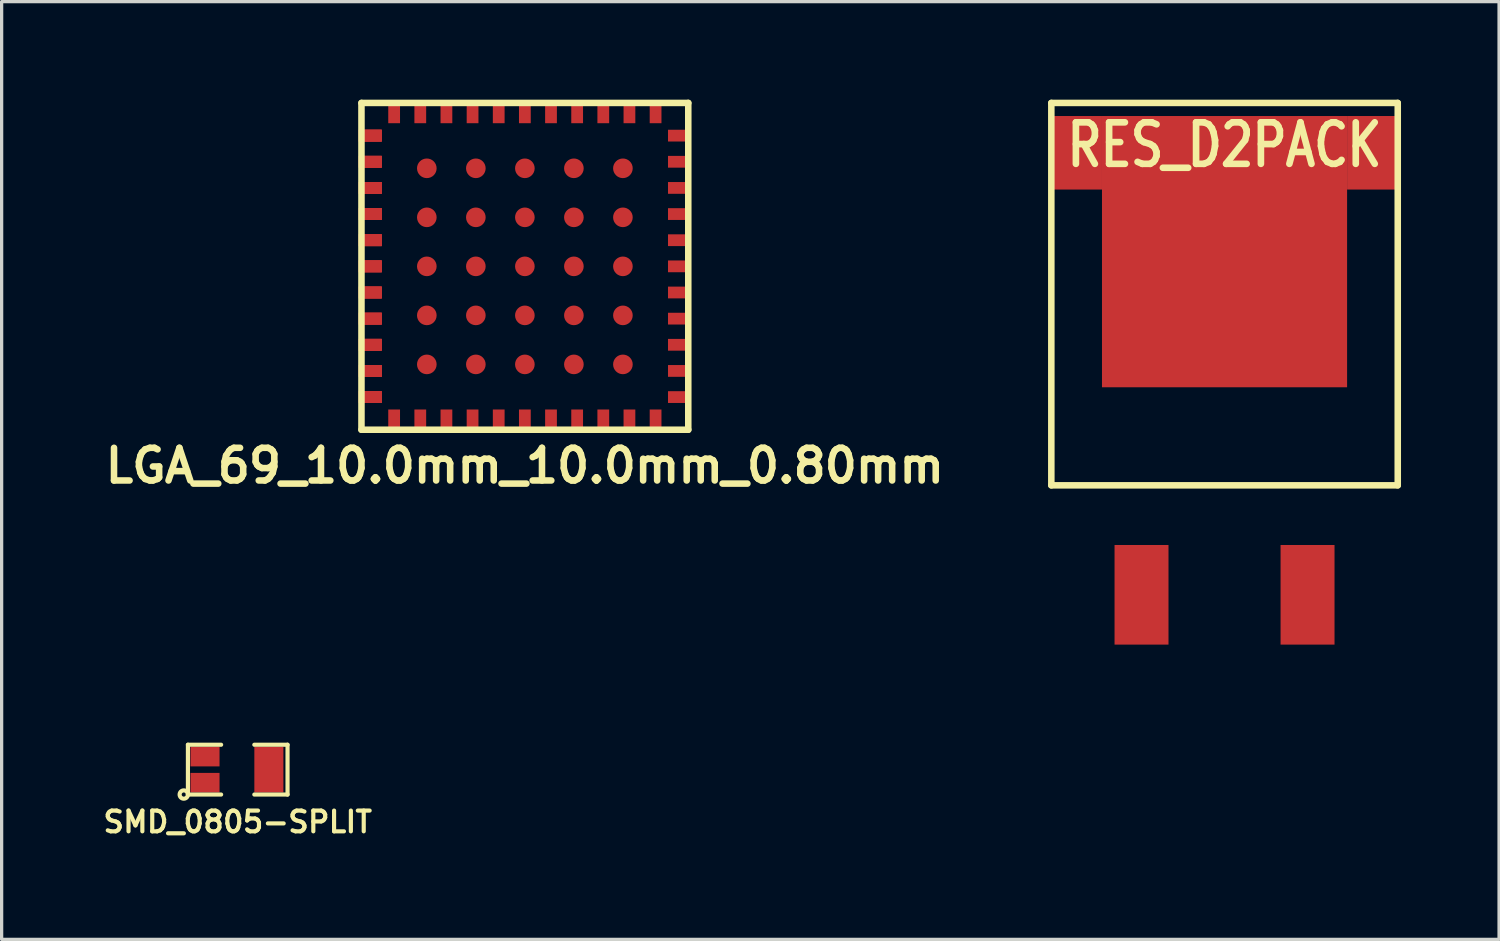
<source format=kicad_pcb>
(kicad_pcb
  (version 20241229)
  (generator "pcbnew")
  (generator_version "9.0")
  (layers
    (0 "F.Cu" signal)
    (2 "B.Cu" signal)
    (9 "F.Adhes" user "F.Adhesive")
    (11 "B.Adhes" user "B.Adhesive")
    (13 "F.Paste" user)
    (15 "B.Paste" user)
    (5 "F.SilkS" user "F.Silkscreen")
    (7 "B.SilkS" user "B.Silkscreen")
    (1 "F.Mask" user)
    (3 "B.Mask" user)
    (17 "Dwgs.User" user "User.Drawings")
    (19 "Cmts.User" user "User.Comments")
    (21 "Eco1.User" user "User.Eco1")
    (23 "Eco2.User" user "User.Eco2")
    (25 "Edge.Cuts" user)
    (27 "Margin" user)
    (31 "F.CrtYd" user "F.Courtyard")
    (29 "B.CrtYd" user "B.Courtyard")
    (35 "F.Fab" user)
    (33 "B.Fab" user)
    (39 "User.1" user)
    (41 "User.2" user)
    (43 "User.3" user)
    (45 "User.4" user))
  (footprint "RES_D2PACK"
    (layer "F.Cu")
    (at 34.419 11.8)
    (property "Reference" "RES_D2PACK" (at 0 -10.414 0) (layer "F.SilkS") (effects (font (size 1.27 1.016) (thickness 0.203))))
    (attr smd)
    (fp_line (start -5.3 -11.7) (end -5.3 0) (stroke (width 0.2) (type solid)) (layer "F.SilkS"))
    (fp_line (start -5.3 0) (end 5.3 0) (stroke (width 0.2) (type solid)) (layer "F.SilkS"))
    (fp_line (start 5.3 -11.7) (end -5.3 -11.7) (stroke (width 0.2) (type solid)) (layer "F.SilkS"))
    (fp_line (start 5.3 0) (end 5.3 -11.7) (stroke (width 0.2) (type solid)) (layer "F.SilkS"))
    (pad "1" smd rect (at -2.54 3.35) (size 1.651 3.048) (layers "F.Cu" "F.Mask" "F.Paste"))
    (pad "2" smd rect (at 2.54 3.35) (size 1.651 3.048) (layers "F.Cu" "F.Mask" "F.Paste"))
    (pad "3" smd rect (at -4.5 -10.175) (size 1.5 2.25) (layers "F.Cu" "F.Mask" "F.Paste"))
    (pad "3" smd rect (at 0 -7.15) (size 7.5 8.3) (layers "F.Cu" "F.Mask" "F.Paste"))
    (pad "3" smd rect (at 4.5 -10.175) (size 1.5 2.25) (layers "F.Cu" "F.Mask" "F.Paste")))
  (footprint "SMD_0805-SPLIT"
    (layer "F.Cu")
    (at 4.224 20.5)
    (property "Reference" "SMD_0805-SPLIT" (at 0 1.6 0) (layer "F.SilkS") (effects (font (size 0.635 0.635) (thickness 0.127))))
    (attr smd)
    (fp_line (start -1.524 -0.762) (end -0.508 -0.762) (stroke (width 0.127) (type solid)) (layer "F.SilkS"))
    (fp_line (start -1.524 0.762) (end -1.524 -0.762) (stroke (width 0.127) (type solid)) (layer "F.SilkS"))
    (fp_line (start -0.508 0.762) (end -1.524 0.762) (stroke (width 0.127) (type solid)) (layer "F.SilkS"))
    (fp_line (start 0.508 -0.762) (end 1.524 -0.762) (stroke (width 0.127) (type solid)) (layer "F.SilkS"))
    (fp_line (start 1.524 -0.762) (end 1.524 0.762) (stroke (width 0.127) (type solid)) (layer "F.SilkS"))
    (fp_line (start 1.524 0.762) (end 0.508 0.762) (stroke (width 0.127) (type solid)) (layer "F.SilkS"))
    (fp_circle (center -1.651 0.762) (end -1.651 0.635) (stroke (width 0.127) (type solid)) (fill no) (layer "F.SilkS"))
    (pad "1" smd rect (at -1.001 0.399) (size 0.889 0.599) (layers "F.Cu" "F.Mask" "F.Paste"))
    (pad "2" smd rect (at 0.953 0) (size 0.889 1.397) (layers "F.Cu" "F.Mask" "F.Paste"))
    (pad "3" smd rect (at -1.001 -0.399) (size 0.889 0.599) (layers "F.Cu" "F.Mask" "F.Paste")))
  (footprint "LGA_69_10.0mm_10.0mm_0.80mm"
    (layer "F.Cu")
    (at 13.01 5.1)
    (property "Reference" "LGA_69_10.0mm_10.0mm_0.80mm" (at 0 6.1 0) (layer "F.SilkS") (effects (font (size 1 1) (thickness 0.2))))
    (attr through_hole)
    (fp_line (start -5 -5) (end 5 -5) (stroke (width 0.2) (type solid)) (layer "F.SilkS"))
    (fp_line (start -5 5) (end -5 -5) (stroke (width 0.2) (type solid)) (layer "F.SilkS"))
    (fp_line (start 5 -5) (end 5 5) (stroke (width 0.2) (type solid)) (layer "F.SilkS"))
    (fp_line (start 5 5) (end -5 5) (stroke (width 0.2) (type solid)) (layer "F.SilkS"))
    (pad "1" smd rect (at -4.73 -4) (size 0.7 0.36) (layers "F.Cu" "F.Mask" "F.Paste"))
    (pad "1" smd rect (at -4.73 -4) (size 0.7 0.36) (layers "F.Cu" "F.Mask" "F.Paste"))
    (pad "1" smd rect (at -4.73 -4) (size 0.7 0.36) (layers "F.Cu" "F.Mask" "F.Paste"))
    (pad "1" smd rect (at -4.73 -4) (size 0.7 0.36) (layers "F.Cu" "F.Mask" "F.Paste"))
    (pad "2" smd rect (at -4.73 -3.2) (size 0.7 0.36) (layers "F.Cu" "F.Mask" "F.Paste"))
    (pad "2" smd rect (at -4.73 -3.2) (size 0.7 0.36) (layers "F.Cu" "F.Mask" "F.Paste"))
    (pad "2" smd rect (at -4.73 -3.2) (size 0.7 0.36) (layers "F.Cu" "F.Mask" "F.Paste"))
    (pad "2" smd rect (at -4.73 -3.2) (size 0.7 0.36) (layers "F.Cu" "F.Mask" "F.Paste"))
    (pad "3" smd rect (at -4.73 -2.4) (size 0.7 0.36) (layers "F.Cu" "F.Mask" "F.Paste"))
    (pad "3" smd rect (at -4.73 -2.4) (size 0.7 0.36) (layers "F.Cu" "F.Mask" "F.Paste"))
    (pad "3" smd rect (at -4.73 -2.4) (size 0.7 0.36) (layers "F.Cu" "F.Mask" "F.Paste"))
    (pad "3" smd rect (at -4.73 -2.4) (size 0.7 0.36) (layers "F.Cu" "F.Mask" "F.Paste"))
    (pad "4" smd rect (at -4.73 -1.6) (size 0.7 0.36) (layers "F.Cu" "F.Mask" "F.Paste"))
    (pad "4" smd rect (at -4.73 -1.6) (size 0.7 0.36) (layers "F.Cu" "F.Mask" "F.Paste"))
    (pad "4" smd rect (at -4.73 -1.6) (size 0.7 0.36) (layers "F.Cu" "F.Mask" "F.Paste"))
    (pad "4" smd rect (at -4.73 -1.6) (size 0.7 0.36) (layers "F.Cu" "F.Mask" "F.Paste"))
    (pad "5" smd rect (at -4.73 -0.8) (size 0.7 0.36) (layers "F.Cu" "F.Mask" "F.Paste"))
    (pad "5" smd rect (at -4.73 -0.8) (size 0.7 0.36) (layers "F.Cu" "F.Mask" "F.Paste"))
    (pad "5" smd rect (at -4.73 -0.8) (size 0.7 0.36) (layers "F.Cu" "F.Mask" "F.Paste"))
    (pad "5" smd rect (at -4.73 -0.8) (size 0.7 0.36) (layers "F.Cu" "F.Mask" "F.Paste"))
    (pad "6" smd rect (at -4.73 0) (size 0.7 0.36) (layers "F.Cu" "F.Mask" "F.Paste"))
    (pad "6" smd rect (at -4.73 0) (size 0.7 0.36) (layers "F.Cu" "F.Mask" "F.Paste"))
    (pad "6" smd rect (at -4.73 0) (size 0.7 0.36) (layers "F.Cu" "F.Mask" "F.Paste"))
    (pad "6" smd rect (at -4.73 0) (size 0.7 0.36) (layers "F.Cu" "F.Mask" "F.Paste"))
    (pad "7" smd rect (at -4.73 0.8) (size 0.7 0.36) (layers "F.Cu" "F.Mask" "F.Paste"))
    (pad "7" smd rect (at -4.73 0.8) (size 0.7 0.36) (layers "F.Cu" "F.Mask" "F.Paste"))
    (pad "7" smd rect (at -4.73 0.8) (size 0.7 0.36) (layers "F.Cu" "F.Mask" "F.Paste"))
    (pad "7" smd rect (at -4.73 0.8) (size 0.7 0.36) (layers "F.Cu" "F.Mask" "F.Paste"))
    (pad "8" smd rect (at -4.73 1.6) (size 0.7 0.36) (layers "F.Cu" "F.Mask" "F.Paste"))
    (pad "8" smd rect (at -4.73 1.6) (size 0.7 0.36) (layers "F.Cu" "F.Mask" "F.Paste"))
    (pad "8" smd rect (at -4.73 1.6) (size 0.7 0.36) (layers "F.Cu" "F.Mask" "F.Paste"))
    (pad "8" smd rect (at -4.73 1.6) (size 0.7 0.36) (layers "F.Cu" "F.Mask" "F.Paste"))
    (pad "9" smd rect (at -4.73 2.4) (size 0.7 0.36) (layers "F.Cu" "F.Mask" "F.Paste"))
    (pad "9" smd rect (at -4.73 2.4) (size 0.7 0.36) (layers "F.Cu" "F.Mask" "F.Paste"))
    (pad "9" smd rect (at -4.73 2.4) (size 0.7 0.36) (layers "F.Cu" "F.Mask" "F.Paste"))
    (pad "9" smd rect (at -4.73 2.4) (size 0.7 0.36) (layers "F.Cu" "F.Mask" "F.Paste"))
    (pad "10" smd rect (at -4.73 3.2) (size 0.7 0.36) (layers "F.Cu" "F.Mask" "F.Paste"))
    (pad "10" smd rect (at -4.73 3.2) (size 0.7 0.36) (layers "F.Cu" "F.Mask" "F.Paste"))
    (pad "10" smd rect (at -4.73 3.2) (size 0.7 0.36) (layers "F.Cu" "F.Mask" "F.Paste"))
    (pad "10" smd rect (at -4.73 3.2) (size 0.7 0.36) (layers "F.Cu" "F.Mask" "F.Paste"))
    (pad "11" smd rect (at -4.73 4) (size 0.7 0.36) (layers "F.Cu" "F.Mask" "F.Paste"))
    (pad "11" smd rect (at -4.73 4) (size 0.7 0.36) (layers "F.Cu" "F.Mask" "F.Paste"))
    (pad "11" smd rect (at -4.73 4) (size 0.7 0.36) (layers "F.Cu" "F.Mask" "F.Paste"))
    (pad "11" smd rect (at -4.73 4) (size 0.7 0.36) (layers "F.Cu" "F.Mask" "F.Paste"))
    (pad "12" smd rect (at -4 4.73) (size 0.36 0.7) (layers "F.Cu" "F.Mask" "F.Paste"))
    (pad "13" smd rect (at -3.2 4.73) (size 0.36 0.7) (layers "F.Cu" "F.Mask" "F.Paste"))
    (pad "14" smd rect (at -2.4 4.73) (size 0.36 0.7) (layers "F.Cu" "F.Mask" "F.Paste"))
    (pad "15" smd rect (at -1.6 4.73) (size 0.36 0.7) (layers "F.Cu" "F.Mask" "F.Paste"))
    (pad "16" smd rect (at -0.8 4.73) (size 0.36 0.7) (layers "F.Cu" "F.Mask" "F.Paste"))
    (pad "17" smd rect (at 0 4.73) (size 0.36 0.7) (layers "F.Cu" "F.Mask" "F.Paste"))
    (pad "18" smd rect (at 0.8 4.73) (size 0.36 0.7) (layers "F.Cu" "F.Mask" "F.Paste"))
    (pad "19" smd rect (at 1.6 4.73) (size 0.36 0.7) (layers "F.Cu" "F.Mask" "F.Paste"))
    (pad "20" smd rect (at 2.4 4.73) (size 0.36 0.7) (layers "F.Cu" "F.Mask" "F.Paste"))
    (pad "21" smd rect (at 3.2 4.73) (size 0.36 0.7) (layers "F.Cu" "F.Mask" "F.Paste"))
    (pad "22" smd rect (at 4 4.73) (size 0.36 0.7) (layers "F.Cu" "F.Mask" "F.Paste"))
    (pad "23" smd rect (at 4.73 4) (size 0.7 0.36) (layers "F.Cu" "F.Mask" "F.Paste"))
    (pad "24" smd rect (at 4.73 3.2) (size 0.7 0.36) (layers "F.Cu" "F.Mask" "F.Paste"))
    (pad "25" smd rect (at 4.73 2.4) (size 0.7 0.36) (layers "F.Cu" "F.Mask" "F.Paste"))
    (pad "26" smd rect (at 4.73 1.6) (size 0.7 0.36) (layers "F.Cu" "F.Mask" "F.Paste"))
    (pad "27" smd rect (at 4.73 0.8) (size 0.7 0.36) (layers "F.Cu" "F.Mask" "F.Paste"))
    (pad "28" smd rect (at 4.73 0) (size 0.7 0.36) (layers "F.Cu" "F.Mask" "F.Paste"))
    (pad "29" smd rect (at 4.73 -0.8) (size 0.7 0.36) (layers "F.Cu" "F.Mask" "F.Paste"))
    (pad "30" smd rect (at 4.73 -1.6) (size 0.7 0.36) (layers "F.Cu" "F.Mask" "F.Paste"))
    (pad "31" smd rect (at 4.73 -2.4) (size 0.7 0.36) (layers "F.Cu" "F.Mask" "F.Paste"))
    (pad "32" smd rect (at 4.73 -3.2) (size 0.7 0.36) (layers "F.Cu" "F.Mask" "F.Paste"))
    (pad "33" smd rect (at 4.73 -4) (size 0.7 0.36) (layers "F.Cu" "F.Mask" "F.Paste"))
    (pad "34" smd rect (at 4 -4.73) (size 0.36 0.7) (layers "F.Cu" "F.Mask" "F.Paste"))
    (pad "35" smd rect (at 3.2 -4.73) (size 0.36 0.7) (layers "F.Cu" "F.Mask" "F.Paste"))
    (pad "36" smd rect (at 2.4 -4.73) (size 0.36 0.7) (layers "F.Cu" "F.Mask" "F.Paste"))
    (pad "37" smd rect (at 1.6 -4.73) (size 0.36 0.7) (layers "F.Cu" "F.Mask" "F.Paste"))
    (pad "38" smd rect (at 0.8 -4.73) (size 0.36 0.7) (layers "F.Cu" "F.Mask" "F.Paste"))
    (pad "39" smd rect (at 0 -4.73) (size 0.36 0.7) (layers "F.Cu" "F.Mask" "F.Paste"))
    (pad "40" smd rect (at -0.8 -4.73) (size 0.36 0.7) (layers "F.Cu" "F.Mask" "F.Paste"))
    (pad "41" smd rect (at -1.6 -4.73) (size 0.36 0.7) (layers "F.Cu" "F.Mask" "F.Paste"))
    (pad "42" smd rect (at -2.4 -4.73) (size 0.36 0.7) (layers "F.Cu" "F.Mask" "F.Paste"))
    (pad "43" smd rect (at -3.2 -4.73) (size 0.36 0.7) (layers "F.Cu" "F.Mask" "F.Paste"))
    (pad "44" smd rect (at -4 -4.73) (size 0.36 0.7) (layers "F.Cu" "F.Mask" "F.Paste"))
    (pad "45" smd circle (at -3 -3) (size 0.6 0.6) (layers "F.Cu" "F.Mask" "F.Paste"))
    (pad "46" smd circle (at -3 -1.5) (size 0.6 0.6) (layers "F.Cu" "F.Mask" "F.Paste"))
    (pad "47" smd circle (at -3 0) (size 0.6 0.6) (layers "F.Cu" "F.Mask" "F.Paste"))
    (pad "48" smd circle (at -3 1.5) (size 0.6 0.6) (layers "F.Cu" "F.Mask" "F.Paste"))
    (pad "49" smd circle (at -3 3) (size 0.6 0.6) (layers "F.Cu" "F.Mask" "F.Paste"))
    (pad "50" smd circle (at -1.5 -3) (size 0.6 0.6) (layers "F.Cu" "F.Mask" "F.Paste"))
    (pad "51" smd circle (at -1.5 -1.5) (size 0.6 0.6) (layers "F.Cu" "F.Mask" "F.Paste"))
    (pad "52" smd circle (at -1.5 0) (size 0.6 0.6) (layers "F.Cu" "F.Mask" "F.Paste"))
    (pad "53" smd circle (at -1.5 1.5) (size 0.6 0.6) (layers "F.Cu" "F.Mask" "F.Paste"))
    (pad "54" smd circle (at -1.5 3) (size 0.6 0.6) (layers "F.Cu" "F.Mask" "F.Paste"))
    (pad "55" smd circle (at 0 -3) (size 0.6 0.6) (layers "F.Cu" "F.Mask" "F.Paste"))
    (pad "56" smd circle (at 0 -1.5) (size 0.6 0.6) (layers "F.Cu" "F.Mask" "F.Paste"))
    (pad "57" smd circle (at 0 0) (size 0.6 0.6) (layers "F.Cu" "F.Mask" "F.Paste"))
    (pad "58" smd circle (at 0 1.5) (size 0.6 0.6) (layers "F.Cu" "F.Mask" "F.Paste"))
    (pad "59" smd circle (at 0 3) (size 0.6 0.6) (layers "F.Cu" "F.Mask" "F.Paste"))
    (pad "60" smd circle (at 1.5 -3) (size 0.6 0.6) (layers "F.Cu" "F.Mask" "F.Paste"))
    (pad "61" smd circle (at 1.5 -1.5) (size 0.6 0.6) (layers "F.Cu" "F.Mask" "F.Paste"))
    (pad "62" smd circle (at 1.5 0) (size 0.6 0.6) (layers "F.Cu" "F.Mask" "F.Paste"))
    (pad "63" smd circle (at 1.5 1.5) (size 0.6 0.6) (layers "F.Cu" "F.Mask" "F.Paste"))
    (pad "64" smd circle (at 1.5 3) (size 0.6 0.6) (layers "F.Cu" "F.Mask" "F.Paste"))
    (pad "65" smd circle (at 3 -3) (size 0.6 0.6) (layers "F.Cu" "F.Mask" "F.Paste"))
    (pad "66" smd circle (at 3 -1.5) (size 0.6 0.6) (layers "F.Cu" "F.Mask" "F.Paste"))
    (pad "67" smd circle (at 3 0) (size 0.6 0.6) (layers "F.Cu" "F.Mask" "F.Paste"))
    (pad "68" smd circle (at 3 1.5) (size 0.6 0.6) (layers "F.Cu" "F.Mask" "F.Paste"))
    (pad "69" smd circle (at 3 3) (size 0.6 0.6) (layers "F.Cu" "F.Mask" "F.Paste")))
  (gr_rect
    (start -3 -3)
    (end 42.819 25.694)
    (stroke (width 0.1) (type default))
    (fill no)
    (layer "Edge.Cuts")))
</source>
